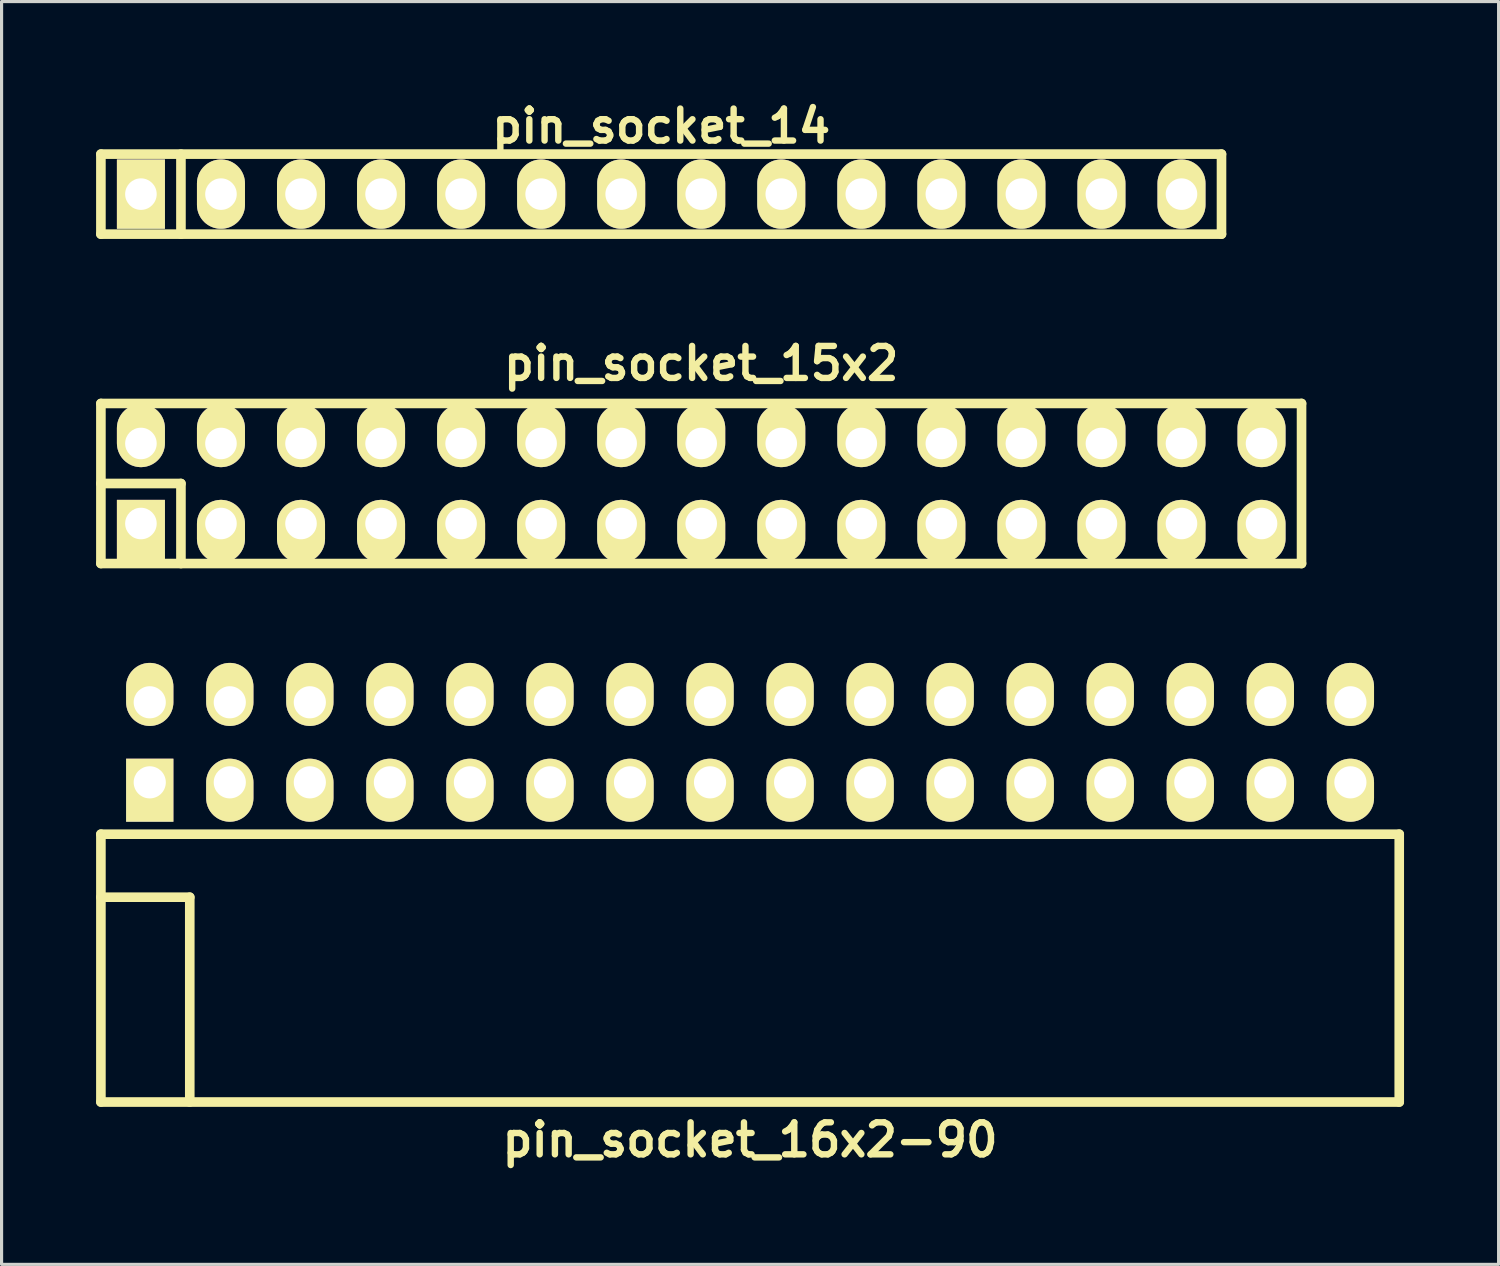
<source format=kicad_pcb>
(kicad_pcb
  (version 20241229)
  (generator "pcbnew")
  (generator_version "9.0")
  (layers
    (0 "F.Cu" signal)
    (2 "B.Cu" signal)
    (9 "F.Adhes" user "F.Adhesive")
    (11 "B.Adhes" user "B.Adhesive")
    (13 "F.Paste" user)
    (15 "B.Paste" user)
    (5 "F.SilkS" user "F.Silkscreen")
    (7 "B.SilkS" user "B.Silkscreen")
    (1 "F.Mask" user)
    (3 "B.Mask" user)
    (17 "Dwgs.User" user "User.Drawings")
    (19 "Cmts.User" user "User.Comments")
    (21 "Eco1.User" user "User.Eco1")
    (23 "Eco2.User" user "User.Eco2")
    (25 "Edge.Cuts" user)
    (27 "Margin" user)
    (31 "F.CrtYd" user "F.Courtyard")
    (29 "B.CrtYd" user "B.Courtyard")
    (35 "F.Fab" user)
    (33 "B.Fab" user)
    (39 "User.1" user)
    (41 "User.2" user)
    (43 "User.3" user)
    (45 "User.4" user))
  (footprint "pin_socket_16x2-90"
    (layer "F.Cu")
    (at 20.752 25.421)
    (property "Reference" "pin_socket_16x2-90" (at 0 7.7 0) (layer "F.SilkS") (effects (font (size 1.016 1.016) (thickness 0.203))))
    (attr through_hole)
    (fp_line (start -20.6 -2) (end -20.6 6.5) (stroke (width 0.305) (type solid)) (layer "F.SilkS"))
    (fp_line (start -20.6 -2) (end 20.6 -2) (stroke (width 0.305) (type solid)) (layer "F.SilkS"))
    (fp_line (start -20.6 0) (end -17.78 0) (stroke (width 0.305) (type solid)) (layer "F.SilkS"))
    (fp_line (start -20.6 6.5) (end 20.6 6.5) (stroke (width 0.305) (type solid)) (layer "F.SilkS"))
    (fp_line (start -17.78 0) (end -17.78 6.5) (stroke (width 0.305) (type solid)) (layer "F.SilkS"))
    (fp_line (start 20.6 -2) (end 20.6 6.5) (stroke (width 0.305) (type solid)) (layer "F.SilkS"))
    (pad "1" thru_hole rect (at -19.05 -3.645) (size 1.5 2) (drill 1.02 (offset 0 0.25)) (layers "*.Cu" "*.Mask" "F.SilkS"))
    (pad "2" thru_hole oval (at -19.05 -6.185) (size 1.5 2) (drill 1.02 (offset 0 -0.25)) (layers "*.Cu" "*.Mask" "F.SilkS"))
    (pad "3" thru_hole oval (at -16.51 -3.645) (size 1.5 2) (drill 1.02 (offset 0 0.25)) (layers "*.Cu" "*.Mask" "F.SilkS"))
    (pad "4" thru_hole oval (at -16.51 -6.185) (size 1.5 2) (drill 1.02 (offset 0 -0.25)) (layers "*.Cu" "*.Mask" "F.SilkS"))
    (pad "5" thru_hole oval (at -13.97 -3.645) (size 1.5 2) (drill 1.02 (offset 0 0.25)) (layers "*.Cu" "*.Mask" "F.SilkS"))
    (pad "6" thru_hole oval (at -13.97 -6.185) (size 1.5 2) (drill 1.02 (offset 0 -0.25)) (layers "*.Cu" "*.Mask" "F.SilkS"))
    (pad "7" thru_hole oval (at -11.43 -3.645) (size 1.5 2) (drill 1.02 (offset 0 0.25)) (layers "*.Cu" "*.Mask" "F.SilkS"))
    (pad "8" thru_hole oval (at -11.43 -6.185) (size 1.5 2) (drill 1.02 (offset 0 -0.25)) (layers "*.Cu" "*.Mask" "F.SilkS"))
    (pad "9" thru_hole oval (at -8.89 -3.645) (size 1.5 2) (drill 1.02 (offset 0 0.25)) (layers "*.Cu" "*.Mask" "F.SilkS"))
    (pad "10" thru_hole oval (at -8.89 -6.185) (size 1.5 2) (drill 1.02 (offset 0 -0.25)) (layers "*.Cu" "*.Mask" "F.SilkS"))
    (pad "11" thru_hole oval (at -6.35 -3.645) (size 1.5 2) (drill 1.02 (offset 0 0.25)) (layers "*.Cu" "*.Mask" "F.SilkS"))
    (pad "12" thru_hole oval (at -6.35 -6.185) (size 1.5 2) (drill 1.02 (offset 0 -0.25)) (layers "*.Cu" "*.Mask" "F.SilkS"))
    (pad "13" thru_hole oval (at -3.81 -3.645) (size 1.5 2) (drill 1.02 (offset 0 0.25)) (layers "*.Cu" "*.Mask" "F.SilkS"))
    (pad "14" thru_hole oval (at -3.81 -6.185) (size 1.5 2) (drill 1.02 (offset 0 -0.25)) (layers "*.Cu" "*.Mask" "F.SilkS"))
    (pad "15" thru_hole oval (at -1.27 -3.645) (size 1.5 2) (drill 1.02 (offset 0 0.25)) (layers "*.Cu" "*.Mask" "F.SilkS"))
    (pad "16" thru_hole oval (at -1.27 -6.185) (size 1.5 2) (drill 1.02 (offset 0 -0.25)) (layers "*.Cu" "*.Mask" "F.SilkS"))
    (pad "17" thru_hole oval (at 1.27 -3.645) (size 1.5 2) (drill 1.02 (offset 0 0.25)) (layers "*.Cu" "*.Mask" "F.SilkS"))
    (pad "18" thru_hole oval (at 1.27 -6.185) (size 1.5 2) (drill 1.02 (offset 0 -0.25)) (layers "*.Cu" "*.Mask" "F.SilkS"))
    (pad "19" thru_hole oval (at 3.81 -3.645) (size 1.5 2) (drill 1.02 (offset 0 0.25)) (layers "*.Cu" "*.Mask" "F.SilkS"))
    (pad "20" thru_hole oval (at 3.81 -6.185) (size 1.5 2) (drill 1.02 (offset 0 -0.25)) (layers "*.Cu" "*.Mask" "F.SilkS"))
    (pad "21" thru_hole oval (at 6.35 -3.645) (size 1.5 2) (drill 1.02 (offset 0 0.25)) (layers "*.Cu" "*.Mask" "F.SilkS"))
    (pad "22" thru_hole oval (at 6.35 -6.185) (size 1.5 2) (drill 1.02 (offset 0 -0.25)) (layers "*.Cu" "*.Mask" "F.SilkS"))
    (pad "23" thru_hole oval (at 8.89 -3.645) (size 1.5 2) (drill 1.02 (offset 0 0.25)) (layers "*.Cu" "*.Mask" "F.SilkS"))
    (pad "24" thru_hole oval (at 8.89 -6.185) (size 1.5 2) (drill 1.02 (offset 0 -0.25)) (layers "*.Cu" "*.Mask" "F.SilkS"))
    (pad "25" thru_hole oval (at 11.43 -3.645) (size 1.5 2) (drill 1.02 (offset 0 0.25)) (layers "*.Cu" "*.Mask" "F.SilkS"))
    (pad "26" thru_hole oval (at 11.43 -6.185) (size 1.5 2) (drill 1.02 (offset 0 -0.25)) (layers "*.Cu" "*.Mask" "F.SilkS"))
    (pad "27" thru_hole oval (at 13.97 -3.645) (size 1.5 2) (drill 1.02 (offset 0 0.25)) (layers "*.Cu" "*.Mask" "F.SilkS"))
    (pad "28" thru_hole oval (at 13.97 -6.185) (size 1.5 2) (drill 1.02 (offset 0 -0.25)) (layers "*.Cu" "*.Mask" "F.SilkS"))
    (pad "29" thru_hole oval (at 16.51 -3.645) (size 1.5 2) (drill 1.02 (offset 0 0.25)) (layers "*.Cu" "*.Mask" "F.SilkS"))
    (pad "30" thru_hole oval (at 16.51 -6.185) (size 1.5 2) (drill 1.02 (offset 0 -0.25)) (layers "*.Cu" "*.Mask" "F.SilkS"))
    (pad "31" thru_hole oval (at 19.05 -3.645) (size 1.5 2) (drill 1.02 (offset 0 0.25)) (layers "*.Cu" "*.Mask" "F.SilkS"))
    (pad "32" thru_hole oval (at 19.05 -6.185) (size 1.5 2) (drill 1.02 (offset 0 -0.25)) (layers "*.Cu" "*.Mask" "F.SilkS")))
  (footprint "pin_socket_15x2"
    (layer "F.Cu")
    (at 19.202 12.293)
    (property "Reference" "pin_socket_15x2" (at 0 -3.81 0) (layer "F.SilkS") (effects (font (size 1.016 1.016) (thickness 0.203))))
    (attr through_hole)
    (fp_line (start -19.05 -2.54) (end -19.05 2.54) (stroke (width 0.305) (type solid)) (layer "F.SilkS"))
    (fp_line (start -19.05 -2.54) (end 19.05 -2.54) (stroke (width 0.305) (type solid)) (layer "F.SilkS"))
    (fp_line (start -19.05 0) (end -16.51 0) (stroke (width 0.305) (type solid)) (layer "F.SilkS"))
    (fp_line (start -16.51 0) (end -16.51 2.54) (stroke (width 0.305) (type solid)) (layer "F.SilkS"))
    (fp_line (start 19.05 2.54) (end -19.05 2.54) (stroke (width 0.305) (type solid)) (layer "F.SilkS"))
    (fp_line (start 19.05 2.54) (end 19.05 -2.54) (stroke (width 0.305) (type solid)) (layer "F.SilkS"))
    (pad "1" thru_hole rect (at -17.78 1.27) (size 1.524 1.999) (drill 1.001 (offset 0 0.249)) (layers "*.Cu" "*.Mask" "F.SilkS"))
    (pad "2" thru_hole oval (at -17.78 -1.27) (size 1.524 1.999) (drill 1.001 (offset 0 -0.249)) (layers "*.Cu" "*.Mask" "F.SilkS"))
    (pad "3" thru_hole oval (at -15.24 1.27) (size 1.524 1.999) (drill 1.001 (offset 0 0.249)) (layers "*.Cu" "*.Mask" "F.SilkS"))
    (pad "4" thru_hole oval (at -15.24 -1.27) (size 1.524 1.999) (drill 1.001 (offset 0 -0.249)) (layers "*.Cu" "*.Mask" "F.SilkS"))
    (pad "5" thru_hole oval (at -12.7 1.27) (size 1.524 1.999) (drill 1.001 (offset 0 0.249)) (layers "*.Cu" "*.Mask" "F.SilkS"))
    (pad "6" thru_hole oval (at -12.7 -1.27) (size 1.524 1.999) (drill 1.001 (offset 0 -0.249)) (layers "*.Cu" "*.Mask" "F.SilkS"))
    (pad "7" thru_hole oval (at -10.16 1.27) (size 1.524 1.999) (drill 1.001 (offset 0 0.249)) (layers "*.Cu" "*.Mask" "F.SilkS"))
    (pad "8" thru_hole oval (at -10.16 -1.27) (size 1.524 1.999) (drill 1.001 (offset 0 -0.249)) (layers "*.Cu" "*.Mask" "F.SilkS"))
    (pad "9" thru_hole oval (at -7.62 1.27) (size 1.524 1.999) (drill 1.001 (offset 0 0.249)) (layers "*.Cu" "*.Mask" "F.SilkS"))
    (pad "10" thru_hole oval (at -7.62 -1.27) (size 1.524 1.999) (drill 1.001 (offset 0 -0.249)) (layers "*.Cu" "*.Mask" "F.SilkS"))
    (pad "11" thru_hole oval (at -5.08 1.27) (size 1.524 1.999) (drill 1.001 (offset 0 0.249)) (layers "*.Cu" "*.Mask" "F.SilkS"))
    (pad "12" thru_hole oval (at -5.08 -1.27) (size 1.524 1.999) (drill 1.001 (offset 0 -0.249)) (layers "*.Cu" "*.Mask" "F.SilkS"))
    (pad "13" thru_hole oval (at -2.54 1.27) (size 1.524 1.999) (drill 1.001 (offset 0 0.249)) (layers "*.Cu" "*.Mask" "F.SilkS"))
    (pad "14" thru_hole oval (at -2.54 -1.27) (size 1.524 1.999) (drill 1.001 (offset 0 -0.249)) (layers "*.Cu" "*.Mask" "F.SilkS"))
    (pad "15" thru_hole oval (at 0 1.27) (size 1.524 1.999) (drill 1.001 (offset 0 0.249)) (layers "*.Cu" "*.Mask" "F.SilkS"))
    (pad "16" thru_hole oval (at 0 -1.27) (size 1.524 1.999) (drill 1.001 (offset 0 -0.249)) (layers "*.Cu" "*.Mask" "F.SilkS"))
    (pad "17" thru_hole oval (at 2.54 1.27) (size 1.524 1.999) (drill 1.001 (offset 0 0.249)) (layers "*.Cu" "*.Mask" "F.SilkS"))
    (pad "18" thru_hole oval (at 2.54 -1.27) (size 1.524 1.999) (drill 1.001 (offset 0 -0.249)) (layers "*.Cu" "*.Mask" "F.SilkS"))
    (pad "19" thru_hole oval (at 5.08 1.27) (size 1.524 1.999) (drill 1.001 (offset 0 0.249)) (layers "*.Cu" "*.Mask" "F.SilkS"))
    (pad "20" thru_hole oval (at 5.08 -1.27) (size 1.524 1.999) (drill 1.001 (offset 0 -0.249)) (layers "*.Cu" "*.Mask" "F.SilkS"))
    (pad "21" thru_hole oval (at 7.62 1.27) (size 1.524 1.999) (drill 1.001 (offset 0 0.249)) (layers "*.Cu" "*.Mask" "F.SilkS"))
    (pad "22" thru_hole oval (at 7.62 -1.27) (size 1.524 1.999) (drill 1.001 (offset 0 -0.249)) (layers "*.Cu" "*.Mask" "F.SilkS"))
    (pad "23" thru_hole oval (at 10.16 1.27) (size 1.524 1.999) (drill 1.001 (offset 0 0.249)) (layers "*.Cu" "*.Mask" "F.SilkS"))
    (pad "24" thru_hole oval (at 10.16 -1.27) (size 1.524 1.999) (drill 1.001 (offset 0 -0.249)) (layers "*.Cu" "*.Mask" "F.SilkS"))
    (pad "25" thru_hole oval (at 12.7 1.27) (size 1.524 1.999) (drill 1.001 (offset 0 0.249)) (layers "*.Cu" "*.Mask" "F.SilkS"))
    (pad "26" thru_hole oval (at 12.7 -1.27) (size 1.524 1.999) (drill 1.001 (offset 0 -0.249)) (layers "*.Cu" "*.Mask" "F.SilkS"))
    (pad "27" thru_hole oval (at 15.24 1.27) (size 1.524 1.999) (drill 1.001 (offset 0 0.249)) (layers "*.Cu" "*.Mask" "F.SilkS"))
    (pad "28" thru_hole oval (at 15.24 -1.27) (size 1.524 1.999) (drill 1.001 (offset 0 -0.249)) (layers "*.Cu" "*.Mask" "F.SilkS"))
    (pad "29" thru_hole oval (at 17.78 1.27) (size 1.524 1.999) (drill 1.001 (offset 0 0.249)) (layers "*.Cu" "*.Mask" "F.SilkS"))
    (pad "30" thru_hole oval (at 17.78 -1.27) (size 1.524 1.999) (drill 1.001 (offset 0 -0.249)) (layers "*.Cu" "*.Mask" "F.SilkS")))
  (footprint "pin_socket_14"
    (layer "F.Cu")
    (at 17.932 3.11)
    (property "Reference" "pin_socket_14" (at 0 -2.159 0) (layer "F.SilkS") (effects (font (size 1.016 1.016) (thickness 0.203))))
    (attr through_hole)
    (fp_line (start -17.78 -1.27) (end 17.78 -1.27) (stroke (width 0.305) (type solid)) (layer "F.SilkS"))
    (fp_line (start -17.78 1.27) (end -17.78 -1.27) (stroke (width 0.305) (type solid)) (layer "F.SilkS"))
    (fp_line (start -15.24 -1.27) (end -15.24 1.27) (stroke (width 0.305) (type solid)) (layer "F.SilkS"))
    (fp_line (start 17.78 -1.27) (end 17.78 1.27) (stroke (width 0.305) (type solid)) (layer "F.SilkS"))
    (fp_line (start 17.78 1.27) (end -17.78 1.27) (stroke (width 0.305) (type solid)) (layer "F.SilkS"))
    (pad "1" thru_hole rect (at -16.51 0) (size 1.524 2.2) (drill 1.001) (layers "*.Cu" "*.Mask" "F.SilkS"))
    (pad "2" thru_hole oval (at -13.97 0) (size 1.524 2.2) (drill 1.001) (layers "*.Cu" "*.Mask" "F.SilkS"))
    (pad "3" thru_hole oval (at -11.43 0) (size 1.524 2.2) (drill 1.001) (layers "*.Cu" "*.Mask" "F.SilkS"))
    (pad "4" thru_hole oval (at -8.89 0) (size 1.524 2.2) (drill 1.001) (layers "*.Cu" "*.Mask" "F.SilkS"))
    (pad "5" thru_hole oval (at -6.35 0) (size 1.524 2.2) (drill 1.001) (layers "*.Cu" "*.Mask" "F.SilkS"))
    (pad "6" thru_hole oval (at -3.81 0) (size 1.524 2.2) (drill 1.001) (layers "*.Cu" "*.Mask" "F.SilkS"))
    (pad "7" thru_hole oval (at -1.27 0) (size 1.524 2.2) (drill 1.001) (layers "*.Cu" "*.Mask" "F.SilkS"))
    (pad "8" thru_hole oval (at 1.27 0) (size 1.524 2.2) (drill 1.001) (layers "*.Cu" "*.Mask" "F.SilkS"))
    (pad "9" thru_hole oval (at 3.81 0) (size 1.524 2.2) (drill 1.001) (layers "*.Cu" "*.Mask" "F.SilkS"))
    (pad "10" thru_hole oval (at 6.35 0) (size 1.524 2.2) (drill 1.001) (layers "*.Cu" "*.Mask" "F.SilkS"))
    (pad "11" thru_hole oval (at 8.89 0) (size 1.524 2.2) (drill 1.001) (layers "*.Cu" "*.Mask" "F.SilkS"))
    (pad "12" thru_hole oval (at 11.43 0) (size 1.524 2.2) (drill 1.001) (layers "*.Cu" "*.Mask" "F.SilkS"))
    (pad "13" thru_hole oval (at 13.97 0) (size 1.524 2.2) (drill 1.001) (layers "*.Cu" "*.Mask" "F.SilkS"))
    (pad "14" thru_hole oval (at 16.51 0) (size 1.524 2.2) (drill 1.001) (layers "*.Cu" "*.Mask" "F.SilkS")))
  (gr_rect
    (start -3 -3)
    (end 44.505 37.072)
    (stroke (width 0.1) (type default))
    (fill no)
    (layer "Edge.Cuts")))
</source>
